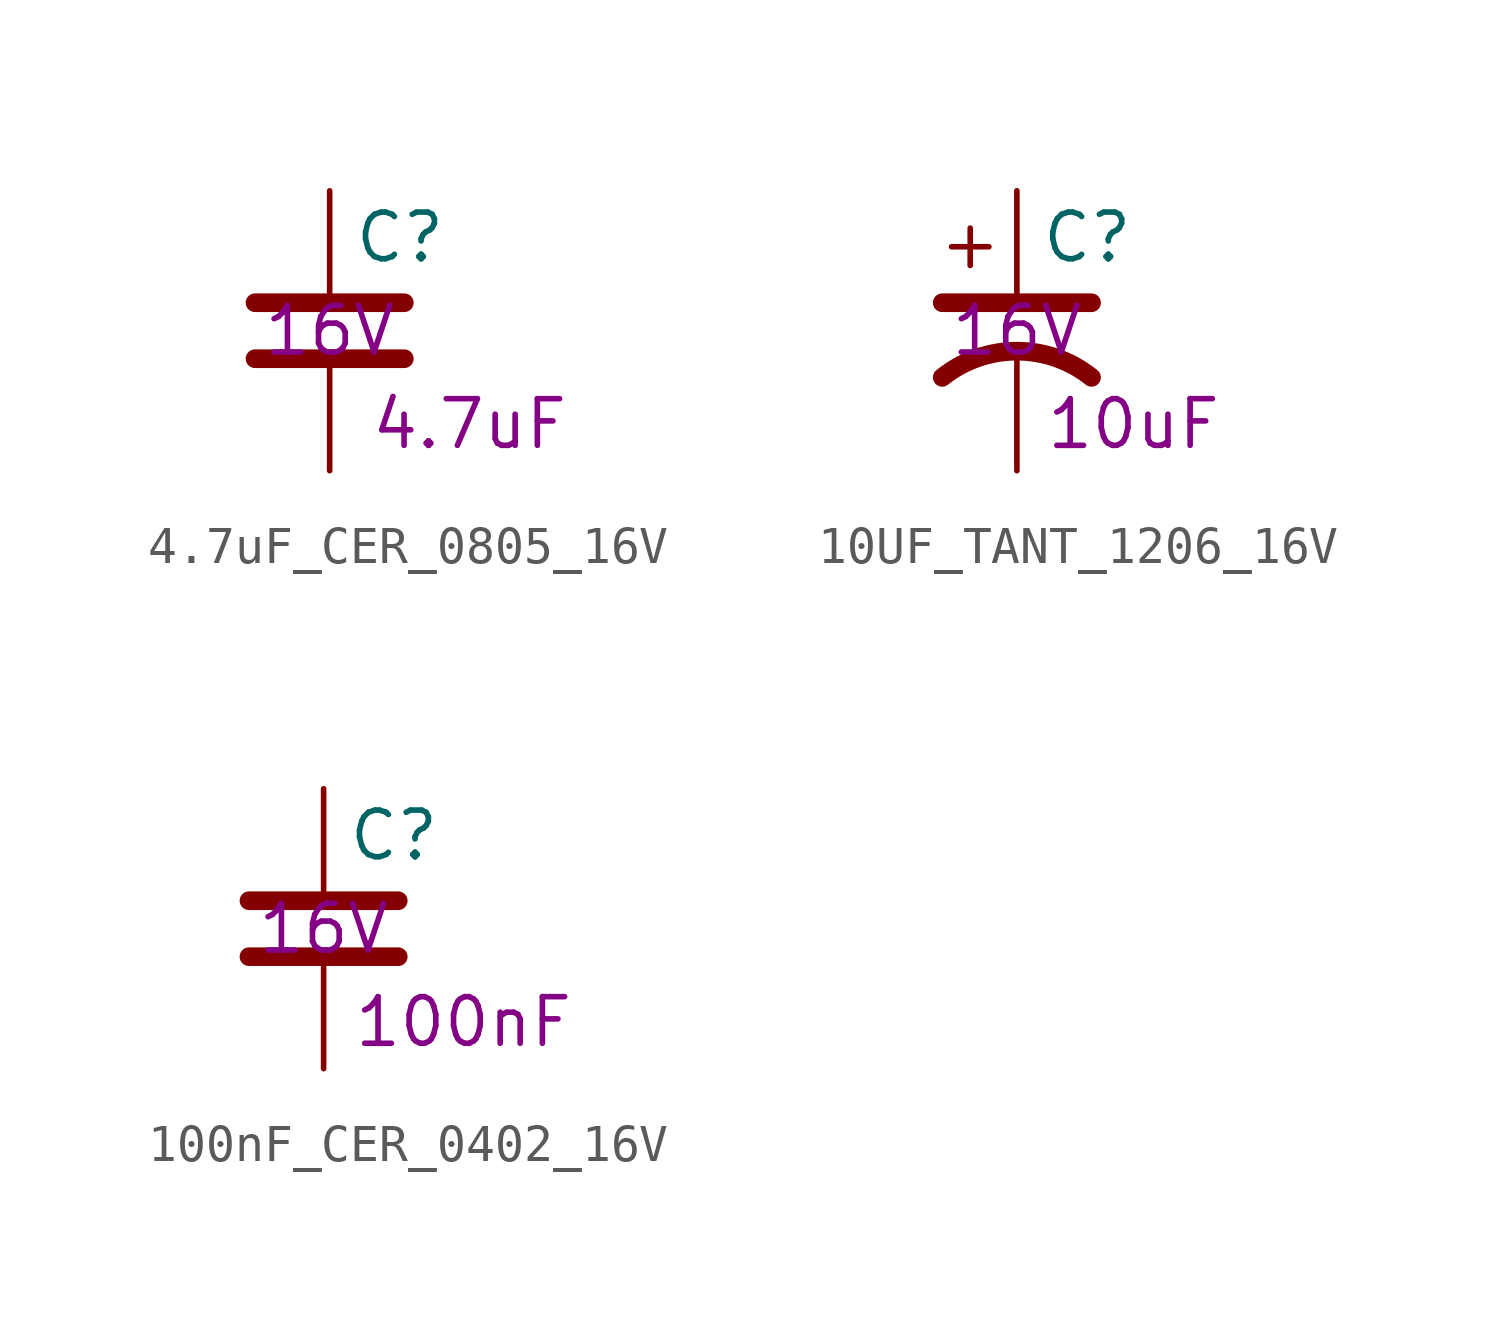
<source format=kicad_sym>
(kicad_symbol_lib
  (version 20211014)
  (generator kicad_symbol_editor)
  (symbol "4.7uF_CER_0805_16V"
    (pin_numbers hide)
    (pin_names
      (offset 0.254))
    (property "Reference" "C"
      (at 0.635 2.54 0)
      (effects (font (size 1.27 1.27)) (justify left)))
    (property "Capacitance" "4.7uF"
      (at 3.81 -2.54 0)
      (effects (font (size 1.27 1.27))))
    (property "Voltage Rating" "16V"
      (at 0 0 0)
      (effects (font (size 1.27 1.27))))
    (symbol "4.7uF_CER_0805_16V_0_1"
      (polyline (pts (xy -2.032 -0.762) (xy 2.032 -0.762)) (stroke (width 0.508) (type default) (color 0 0 0 0)) (fill (type none)))
      (polyline (pts (xy -2.032 0.762) (xy 2.032 0.762)) (stroke (width 0.508) (type default) (color 0 0 0 0)) (fill (type none))))
    (symbol "4.7uF_CER_0805_16V_1_1"
      (pin passive line (at 0 3.81 270) (length 2.794) (name "~" (effects (font (size 1.27 1.27)))) (number "1" (effects (font (size 1.27 1.27)))))
      (pin passive line (at 0 -3.81 90) (length 2.794) (name "~" (effects (font (size 1.27 1.27)))) (number "2" (effects (font (size 1.27 1.27)))))))
  (symbol "10UF_TANT_1206_16V"
    (pin_numbers hide)
    (pin_names
      (offset 0.254) hide)
    (property "Reference" "C"
      (at 0.635 2.54 0)
      (effects (font (size 1.27 1.27)) (justify left)))
    (property "Capacitance" "10uF"
      (at 3.175 -2.54 0)
      (effects (font (size 1.27 1.27))))
    (property "Voltage Rating" "16V"
      (at 0 0 0)
      (effects (font (size 1.27 1.27))))
    (symbol "10UF_TANT_1206_16V_0_1"
      (polyline (pts (xy -2.032 0.762) (xy 2.032 0.762)) (stroke (width 0.508) (type default) (color 0 0 0 0)) (fill (type none)))
      (polyline (pts (xy -1.778 2.286) (xy -0.762 2.286)) (stroke (width 0) (type default) (color 0 0 0 0)) (fill (type none)))
      (polyline (pts (xy -1.27 1.778) (xy -1.27 2.794)) (stroke (width 0) (type default) (color 0 0 0 0)) (fill (type none)))
      (arc (start 2.032 -1.27) (mid 0 -0.5572) (end -2.032 -1.27) (stroke (width 0.508) (type default) (color 0 0 0 0)) (fill (type none))))
    (symbol "10UF_TANT_1206_16V_1_1"
      (pin passive line (at 0 3.81 270) (length 2.794) (name "~" (effects (font (size 1.27 1.27)))) (number "1" (effects (font (size 1.27 1.27)))))
      (pin passive line (at 0 -3.81 90) (length 3.302) (name "~" (effects (font (size 1.27 1.27)))) (number "2" (effects (font (size 1.27 1.27)))))))
  (symbol "100nF_CER_0402_16V"
    (pin_numbers hide)
    (pin_names
      (offset 0.254))
    (property "Reference" "C"
      (at 0.635 2.54 0)
      (effects (font (size 1.27 1.27)) (justify left)))
    (property "Capacitance" "100nF"
      (at 3.81 -2.54 0)
      (effects (font (size 1.27 1.27))))
    (property "Voltage Rating" "16V"
      (at 0 0 0)
      (effects (font (size 1.27 1.27))))
    (symbol "100nF_CER_0402_16V_0_1"
      (polyline (pts (xy -2.032 -0.762) (xy 2.032 -0.762)) (stroke (width 0.508) (type default) (color 0 0 0 0)) (fill (type none)))
      (polyline (pts (xy -2.032 0.762) (xy 2.032 0.762)) (stroke (width 0.508) (type default) (color 0 0 0 0)) (fill (type none))))
    (symbol "100nF_CER_0402_16V_1_1"
      (pin passive line (at 0 3.81 270) (length 2.794) (name "~" (effects (font (size 1.27 1.27)))) (number "1" (effects (font (size 1.27 1.27)))))
      (pin passive line (at 0 -3.81 90) (length 2.794) (name "~" (effects (font (size 1.27 1.27)))) (number "2" (effects (font (size 1.27 1.27))))))))
</source>
